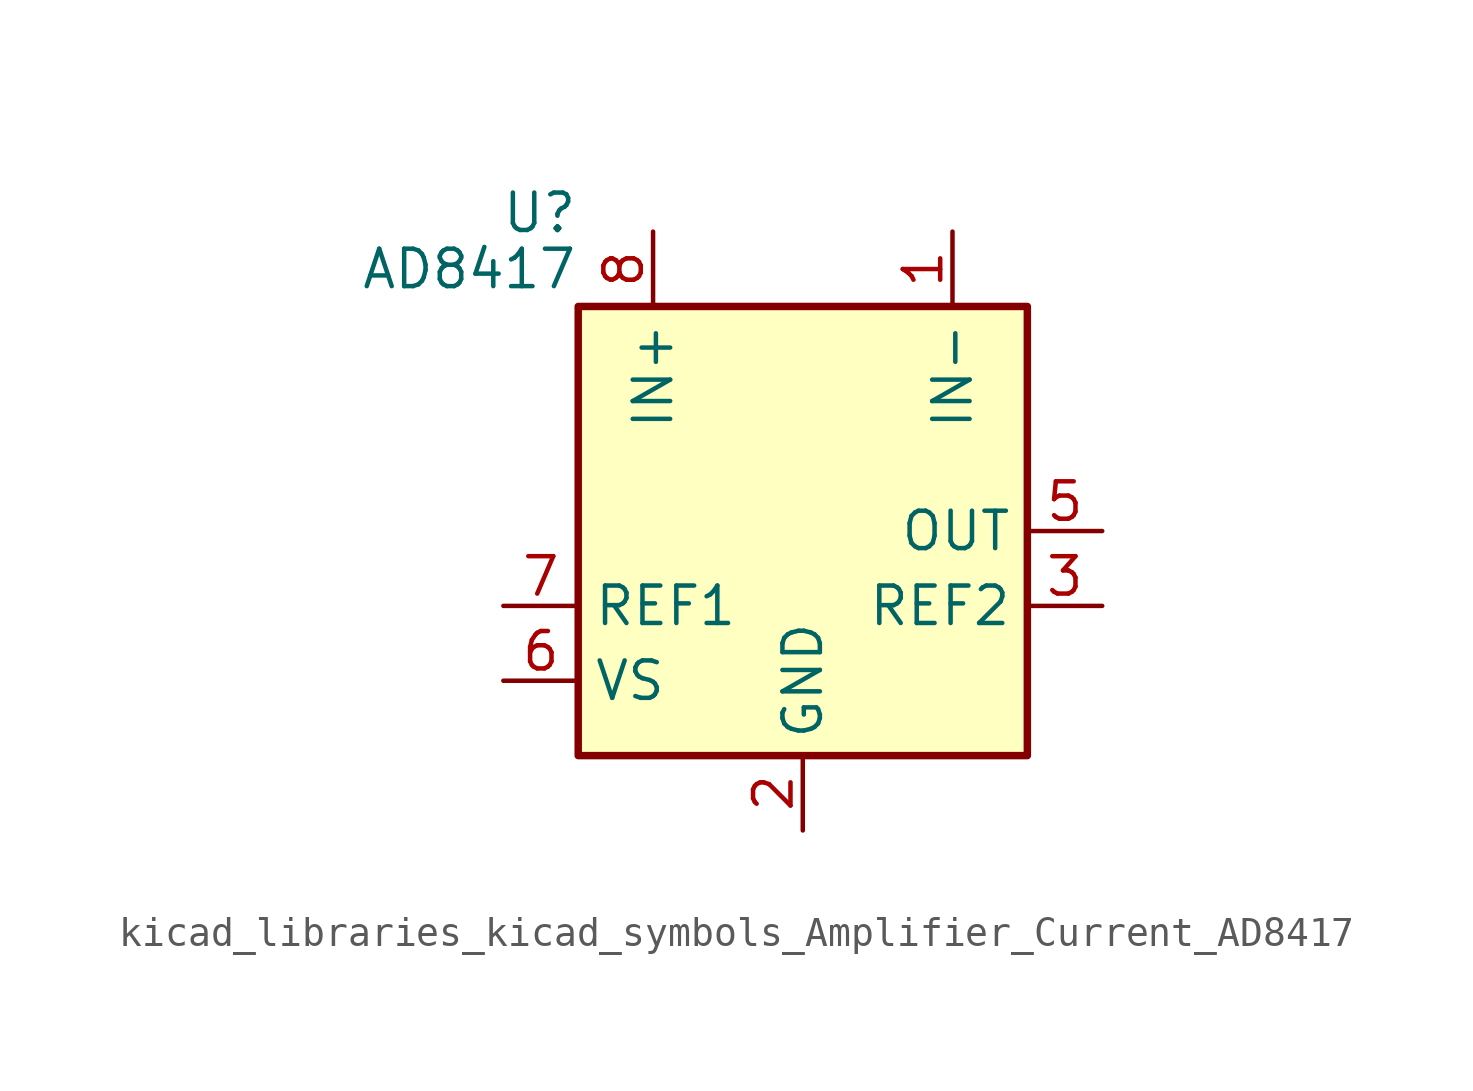
<source format=kicad_sym>
(kicad_symbol_lib
  (version 20220914)
  (generator kicad_symbol_editor)
  (symbol "kicad_libraries_kicad_symbols_Amplifier_Current_AD8417"
    (property "Reference" "U"
      (at -7.62 10.795 0)
      (effects (font (size 1.27 1.27)) (justify right)))
    (property "Value" "AD8417"
      (at -7.62 8.89 0)
      (effects (font (size 1.27 1.27)) (justify right)))
    (symbol "kicad_libraries_kicad_symbols_Amplifier_Current_AD8417_0_1"
      (rectangle (start -7.62 7.62) (end 7.62 -7.62) (stroke (width 0.254) (type default)) (fill (type background))))
    (symbol "kicad_libraries_kicad_symbols_Amplifier_Current_AD8417_1_1"
      (pin input line (at 5.08 10.16 270) (length 2.54) (name "IN-" (effects (font (size 1.27 1.27)))) (number "1" (effects (font (size 1.27 1.27)))))
      (pin power_in line (at 0 -10.16 90) (length 2.54) (name "GND" (effects (font (size 1.27 1.27)))) (number "2" (effects (font (size 1.27 1.27)))))
      (pin input line (at 10.16 -2.54 180) (length 2.54) (name "REF2" (effects (font (size 1.27 1.27)))) (number "3" (effects (font (size 1.27 1.27)))))
      (pin no_connect line (at 2.54 -7.62 90) (length 2.54) hide (name "NC" (effects (font (size 1.27 1.27)))) (number "4" (effects (font (size 1.27 1.27)))))
      (pin output line (at 10.16 0 180) (length 2.54) (name "OUT" (effects (font (size 1.27 1.27)))) (number "5" (effects (font (size 1.27 1.27)))))
      (pin power_in line (at -10.16 -5.08 0) (length 2.54) (name "VS" (effects (font (size 1.27 1.27)))) (number "6" (effects (font (size 1.27 1.27)))))
      (pin input line (at -10.16 -2.54 0) (length 2.54) (name "REF1" (effects (font (size 1.27 1.27)))) (number "7" (effects (font (size 1.27 1.27)))))
      (pin input line (at -5.08 10.16 270) (length 2.54) (name "IN+" (effects (font (size 1.27 1.27)))) (number "8" (effects (font (size 1.27 1.27))))))))
</source>
